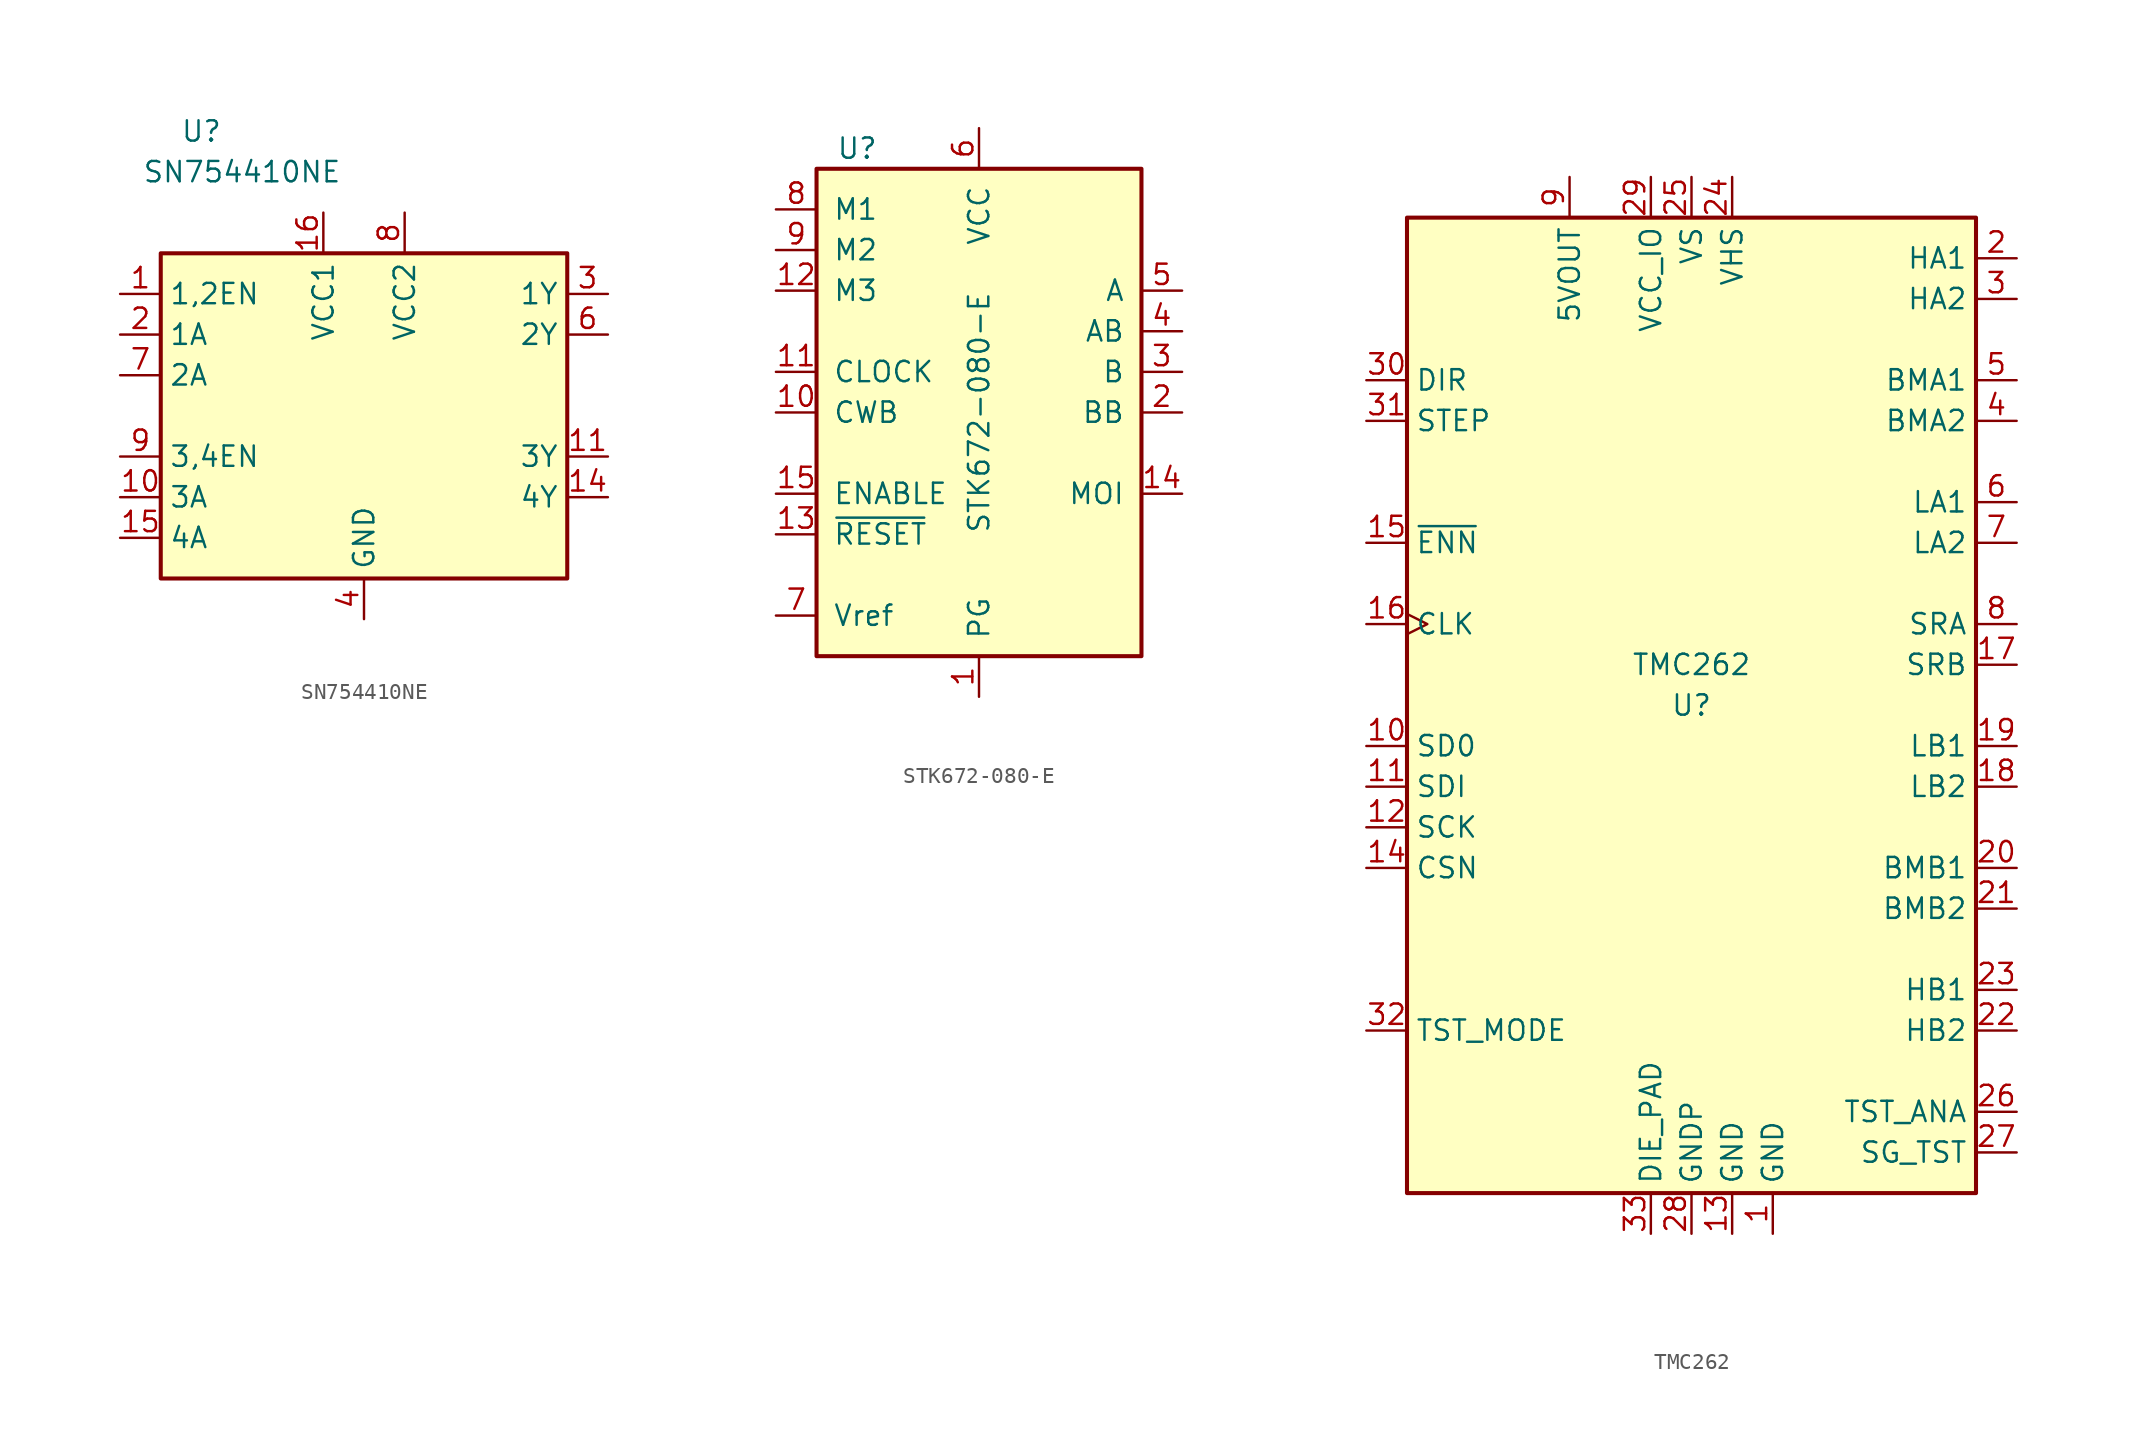
<source format=kicad_sym>
(kicad_symbol_lib
  (version 20211014)
  (generator kicad_symbol_editor)
  (symbol "SN754410NE"
    (property "Reference" "U"
      (at -10.16 17.78 0)
      (effects (font (size 1.27 1.27))))
    (property "Value" "SN754410NE"
      (at -7.62 15.24 0)
      (effects (font (size 1.27 1.27))))
    (symbol "SN754410NE_0_1"
      (rectangle (start -12.7 10.16) (end 12.7 -10.16) (stroke (width 0.254) (type default) (color 0 0 0 0)) (fill (type background))))
    (symbol "SN754410NE_1_1"
      (pin input line (at -15.24 7.62 0) (length 2.54) (name "1,2EN" (effects (font (size 1.27 1.27)))) (number "1" (effects (font (size 1.27 1.27)))))
      (pin input line (at -15.24 -5.08 0) (length 2.54) (name "3A" (effects (font (size 1.27 1.27)))) (number "10" (effects (font (size 1.27 1.27)))))
      (pin output line (at 15.24 -2.54 180) (length 2.54) (name "3Y" (effects (font (size 1.27 1.27)))) (number "11" (effects (font (size 1.27 1.27)))))
      (pin passive line (at 0 -12.7 90) (length 2.54) hide (name "GND" (effects (font (size 1.27 1.27)))) (number "12" (effects (font (size 1.27 1.27)))))
      (pin passive line (at 0 -12.7 90) (length 2.54) hide (name "GND" (effects (font (size 1.27 1.27)))) (number "13" (effects (font (size 1.27 1.27)))))
      (pin output line (at 15.24 -5.08 180) (length 2.54) (name "4Y" (effects (font (size 1.27 1.27)))) (number "14" (effects (font (size 1.27 1.27)))))
      (pin input line (at -15.24 -7.62 0) (length 2.54) (name "4A" (effects (font (size 1.27 1.27)))) (number "15" (effects (font (size 1.27 1.27)))))
      (pin power_in line (at -2.54 12.7 270) (length 2.54) (name "VCC1" (effects (font (size 1.27 1.27)))) (number "16" (effects (font (size 1.27 1.27)))))
      (pin input line (at -15.24 5.08 0) (length 2.54) (name "1A" (effects (font (size 1.27 1.27)))) (number "2" (effects (font (size 1.27 1.27)))))
      (pin output line (at 15.24 7.62 180) (length 2.54) (name "1Y" (effects (font (size 1.27 1.27)))) (number "3" (effects (font (size 1.27 1.27)))))
      (pin power_in line (at 0 -12.7 90) (length 2.54) (name "GND" (effects (font (size 1.27 1.27)))) (number "4" (effects (font (size 1.27 1.27)))))
      (pin passive line (at 0 -12.7 90) (length 2.54) hide (name "GND" (effects (font (size 1.27 1.27)))) (number "5" (effects (font (size 1.27 1.27)))))
      (pin output line (at 15.24 5.08 180) (length 2.54) (name "2Y" (effects (font (size 1.27 1.27)))) (number "6" (effects (font (size 1.27 1.27)))))
      (pin input line (at -15.24 2.54 0) (length 2.54) (name "2A" (effects (font (size 1.27 1.27)))) (number "7" (effects (font (size 1.27 1.27)))))
      (pin power_in line (at 2.54 12.7 270) (length 2.54) (name "VCC2" (effects (font (size 1.27 1.27)))) (number "8" (effects (font (size 1.27 1.27)))))
      (pin input line (at -15.24 -2.54 0) (length 2.54) (name "3,4EN" (effects (font (size 1.27 1.27)))) (number "9" (effects (font (size 1.27 1.27)))))))
  (symbol "STK672-080-E"
    (pin_names
      (offset 1.016))
    (property "Reference" "U"
      (at -7.62 16.51 0)
      (effects (font (size 1.27 1.27))))
    (property "Value" "STK672-080-E"
      (at 0 0 90)
      (effects (font (size 1.27 1.27))))
    (symbol "STK672-080-E_0_1"
      (rectangle (start -10.16 15.24) (end 10.16 -15.24) (stroke (width 0.254) (type default) (color 0 0 0 0)) (fill (type background))))
    (symbol "STK672-080-E_1_1"
      (pin power_in line (at 0 -17.78 90) (length 2.54) (name "PG" (effects (font (size 1.27 1.27)))) (number "1" (effects (font (size 1.27 1.27)))))
      (pin input line (at -12.7 0 0) (length 2.54) (name "CWB" (effects (font (size 1.27 1.27)))) (number "10" (effects (font (size 1.27 1.27)))))
      (pin input line (at -12.7 2.54 0) (length 2.54) (name "CLOCK" (effects (font (size 1.27 1.27)))) (number "11" (effects (font (size 1.27 1.27)))))
      (pin input line (at -12.7 7.62 0) (length 2.54) (name "M3" (effects (font (size 1.27 1.27)))) (number "12" (effects (font (size 1.27 1.27)))))
      (pin input line (at -12.7 -7.62 0) (length 2.54) (name "~{RESET}" (effects (font (size 1.27 1.27)))) (number "13" (effects (font (size 1.27 1.27)))))
      (pin output line (at 12.7 -5.08 180) (length 2.54) (name "MOI" (effects (font (size 1.27 1.27)))) (number "14" (effects (font (size 1.27 1.27)))))
      (pin input line (at -12.7 -5.08 0) (length 2.54) (name "ENABLE" (effects (font (size 1.27 1.27)))) (number "15" (effects (font (size 1.27 1.27)))))
      (pin output line (at 12.7 0 180) (length 2.54) (name "BB" (effects (font (size 1.27 1.27)))) (number "2" (effects (font (size 1.27 1.27)))))
      (pin output line (at 12.7 2.54 180) (length 2.54) (name "B" (effects (font (size 1.27 1.27)))) (number "3" (effects (font (size 1.27 1.27)))))
      (pin output line (at 12.7 5.08 180) (length 2.54) (name "AB" (effects (font (size 1.27 1.27)))) (number "4" (effects (font (size 1.27 1.27)))))
      (pin output line (at 12.7 7.62 180) (length 2.54) (name "A" (effects (font (size 1.27 1.27)))) (number "5" (effects (font (size 1.27 1.27)))))
      (pin power_in line (at 0 17.78 270) (length 2.54) (name "VCC" (effects (font (size 1.27 1.27)))) (number "6" (effects (font (size 1.27 1.27)))))
      (pin input line (at -12.7 -12.7 0) (length 2.54) (name "Vref" (effects (font (size 1.27 1.27)))) (number "7" (effects (font (size 1.27 1.27)))))
      (pin input line (at -12.7 12.7 0) (length 2.54) (name "M1" (effects (font (size 1.27 1.27)))) (number "8" (effects (font (size 1.27 1.27)))))
      (pin input line (at -12.7 10.16 0) (length 2.54) (name "M2" (effects (font (size 1.27 1.27)))) (number "9" (effects (font (size 1.27 1.27)))))))
  (symbol "TMC262"
    (property "Reference" "U"
      (at 0 0 0)
      (effects (font (size 1.27 1.27))))
    (property "Value" "TMC262"
      (at 0 2.54 0)
      (effects (font (size 1.27 1.27))))
    (symbol "TMC262_0_1"
      (rectangle (start -17.78 30.48) (end 17.78 -30.48) (stroke (width 0.254) (type default) (color 0 0 0 0)) (fill (type background))))
    (symbol "TMC262_1_1"
      (pin power_in line (at 5.08 -33.02 90) (length 2.54) (name "GND" (effects (font (size 1.27 1.27)))) (number "1" (effects (font (size 1.27 1.27)))))
      (pin tri_state line (at -20.32 -2.54 0) (length 2.54) (name "SD0" (effects (font (size 1.27 1.27)))) (number "10" (effects (font (size 1.27 1.27)))))
      (pin input line (at -20.32 -5.08 0) (length 2.54) (name "SDI" (effects (font (size 1.27 1.27)))) (number "11" (effects (font (size 1.27 1.27)))))
      (pin input line (at -20.32 -7.62 0) (length 2.54) (name "SCK" (effects (font (size 1.27 1.27)))) (number "12" (effects (font (size 1.27 1.27)))))
      (pin power_in line (at 2.54 -33.02 90) (length 2.54) (name "GND" (effects (font (size 1.27 1.27)))) (number "13" (effects (font (size 1.27 1.27)))))
      (pin input line (at -20.32 -10.16 0) (length 2.54) (name "CSN" (effects (font (size 1.27 1.27)))) (number "14" (effects (font (size 1.27 1.27)))))
      (pin input line (at -20.32 10.16 0) (length 2.54) (name "~{ENN}" (effects (font (size 1.27 1.27)))) (number "15" (effects (font (size 1.27 1.27)))))
      (pin input clock (at -20.32 5.08 0) (length 2.54) (name "CLK" (effects (font (size 1.27 1.27)))) (number "16" (effects (font (size 1.27 1.27)))))
      (pin input line (at 20.32 2.54 180) (length 2.54) (name "SRB" (effects (font (size 1.27 1.27)))) (number "17" (effects (font (size 1.27 1.27)))))
      (pin output line (at 20.32 -5.08 180) (length 2.54) (name "LB2" (effects (font (size 1.27 1.27)))) (number "18" (effects (font (size 1.27 1.27)))))
      (pin output line (at 20.32 -2.54 180) (length 2.54) (name "LB1" (effects (font (size 1.27 1.27)))) (number "19" (effects (font (size 1.27 1.27)))))
      (pin output line (at 20.32 27.94 180) (length 2.54) (name "HA1" (effects (font (size 1.27 1.27)))) (number "2" (effects (font (size 1.27 1.27)))))
      (pin input line (at 20.32 -10.16 180) (length 2.54) (name "BMB1" (effects (font (size 1.27 1.27)))) (number "20" (effects (font (size 1.27 1.27)))))
      (pin input line (at 20.32 -12.7 180) (length 2.54) (name "BMB2" (effects (font (size 1.27 1.27)))) (number "21" (effects (font (size 1.27 1.27)))))
      (pin output line (at 20.32 -20.32 180) (length 2.54) (name "HB2" (effects (font (size 1.27 1.27)))) (number "22" (effects (font (size 1.27 1.27)))))
      (pin output line (at 20.32 -17.78 180) (length 2.54) (name "HB1" (effects (font (size 1.27 1.27)))) (number "23" (effects (font (size 1.27 1.27)))))
      (pin power_in line (at 2.54 33.02 270) (length 2.54) (name "VHS" (effects (font (size 1.27 1.27)))) (number "24" (effects (font (size 1.27 1.27)))))
      (pin power_in line (at 0 33.02 270) (length 2.54) (name "VS" (effects (font (size 1.27 1.27)))) (number "25" (effects (font (size 1.27 1.27)))))
      (pin output line (at 20.32 -25.4 180) (length 2.54) (name "TST_ANA" (effects (font (size 1.27 1.27)))) (number "26" (effects (font (size 1.27 1.27)))))
      (pin output line (at 20.32 -27.94 180) (length 2.54) (name "SG_TST" (effects (font (size 1.27 1.27)))) (number "27" (effects (font (size 1.27 1.27)))))
      (pin power_in line (at 0 -33.02 90) (length 2.54) (name "GNDP" (effects (font (size 1.27 1.27)))) (number "28" (effects (font (size 1.27 1.27)))))
      (pin power_in line (at -2.54 33.02 270) (length 2.54) (name "VCC_IO" (effects (font (size 1.27 1.27)))) (number "29" (effects (font (size 1.27 1.27)))))
      (pin output line (at 20.32 25.4 180) (length 2.54) (name "HA2" (effects (font (size 1.27 1.27)))) (number "3" (effects (font (size 1.27 1.27)))))
      (pin input line (at -20.32 20.32 0) (length 2.54) (name "DIR" (effects (font (size 1.27 1.27)))) (number "30" (effects (font (size 1.27 1.27)))))
      (pin input line (at -20.32 17.78 0) (length 2.54) (name "STEP" (effects (font (size 1.27 1.27)))) (number "31" (effects (font (size 1.27 1.27)))))
      (pin input line (at -20.32 -20.32 0) (length 2.54) (name "TST_MODE" (effects (font (size 1.27 1.27)))) (number "32" (effects (font (size 1.27 1.27)))))
      (pin input line (at -2.54 -33.02 90) (length 2.54) (name "DIE_PAD" (effects (font (size 1.27 1.27)))) (number "33" (effects (font (size 1.27 1.27)))))
      (pin input line (at 20.32 17.78 180) (length 2.54) (name "BMA2" (effects (font (size 1.27 1.27)))) (number "4" (effects (font (size 1.27 1.27)))))
      (pin input line (at 20.32 20.32 180) (length 2.54) (name "BMA1" (effects (font (size 1.27 1.27)))) (number "5" (effects (font (size 1.27 1.27)))))
      (pin output line (at 20.32 12.7 180) (length 2.54) (name "LA1" (effects (font (size 1.27 1.27)))) (number "6" (effects (font (size 1.27 1.27)))))
      (pin output line (at 20.32 10.16 180) (length 2.54) (name "LA2" (effects (font (size 1.27 1.27)))) (number "7" (effects (font (size 1.27 1.27)))))
      (pin input line (at 20.32 5.08 180) (length 2.54) (name "SRA" (effects (font (size 1.27 1.27)))) (number "8" (effects (font (size 1.27 1.27)))))
      (pin power_out line (at -7.62 33.02 270) (length 2.54) (name "5VOUT" (effects (font (size 1.27 1.27)))) (number "9" (effects (font (size 1.27 1.27))))))))
</source>
